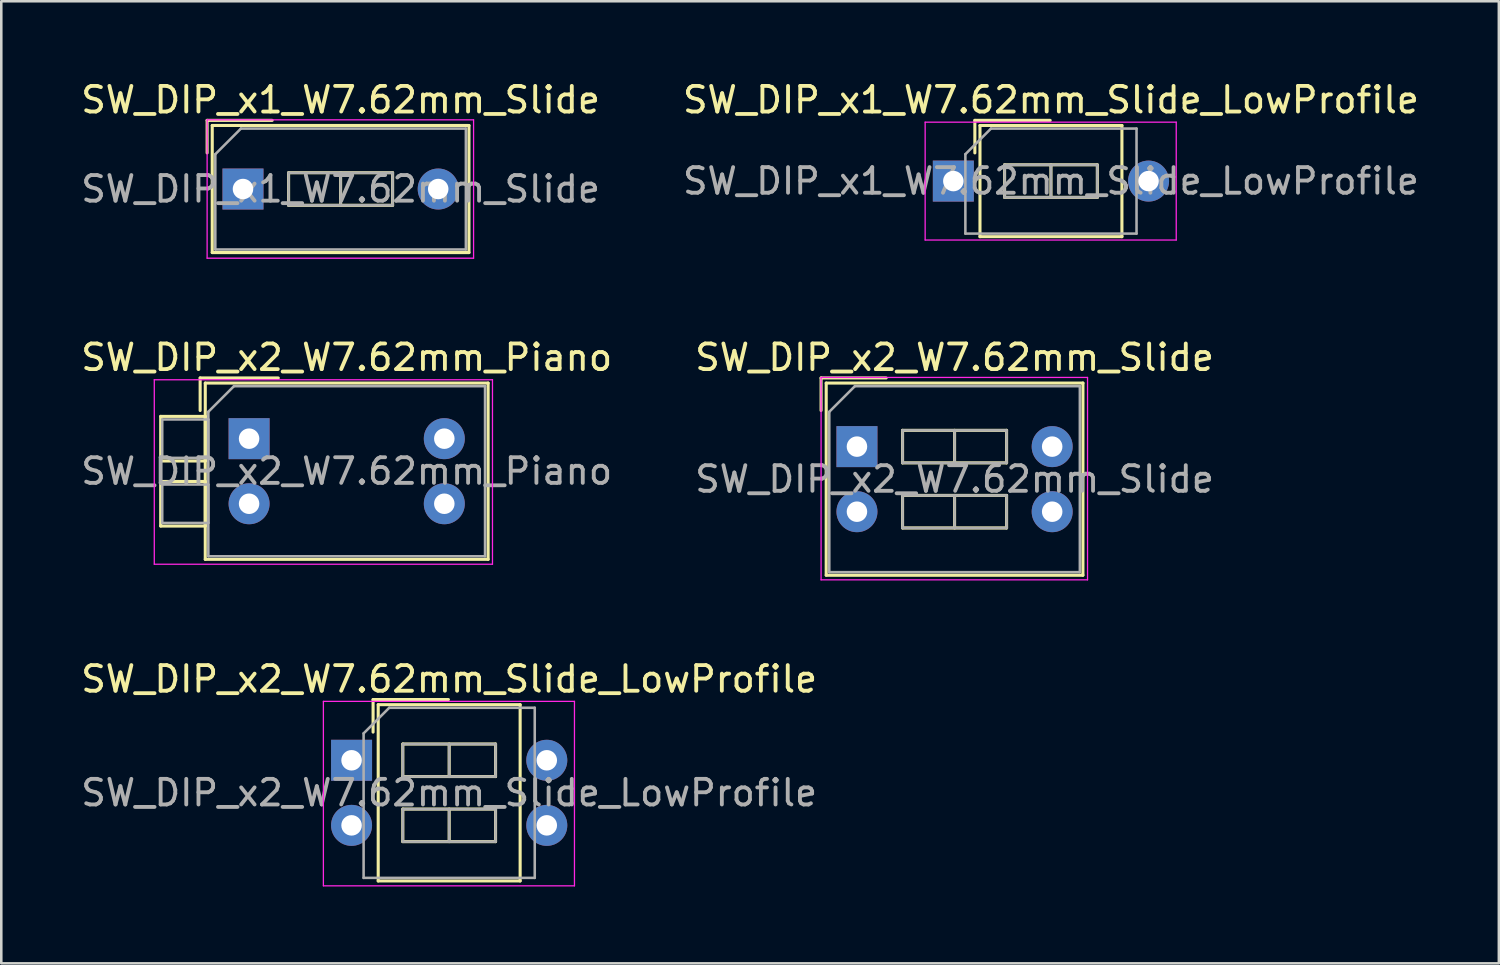
<source format=kicad_pcb>
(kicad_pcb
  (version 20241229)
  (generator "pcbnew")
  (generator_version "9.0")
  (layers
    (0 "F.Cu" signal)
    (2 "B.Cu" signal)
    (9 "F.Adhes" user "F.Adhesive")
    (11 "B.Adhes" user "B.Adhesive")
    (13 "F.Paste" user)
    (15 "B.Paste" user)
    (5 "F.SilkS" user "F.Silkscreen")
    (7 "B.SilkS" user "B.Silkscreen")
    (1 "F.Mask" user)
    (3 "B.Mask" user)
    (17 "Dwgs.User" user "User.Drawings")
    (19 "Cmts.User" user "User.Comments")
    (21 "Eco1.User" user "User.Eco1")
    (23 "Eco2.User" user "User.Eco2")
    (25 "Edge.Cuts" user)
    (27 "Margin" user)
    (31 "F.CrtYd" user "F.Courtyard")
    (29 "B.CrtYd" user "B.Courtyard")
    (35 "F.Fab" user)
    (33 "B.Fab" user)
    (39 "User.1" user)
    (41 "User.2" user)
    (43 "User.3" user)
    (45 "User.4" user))
  (footprint "SW_DIP_x2_W7.62mm_Slide_LowProfile"
    (layer "F.Cu")
    (at 10.672 26.625)
    (property "Reference" "SW_DIP_x2_W7.62mm_Slide_LowProfile" (at 3.81 -3.17 0) (layer "F.SilkS") (effects (font (size 1 1) (thickness 0.15))))
    (attr through_hole)
    (fp_line (start 0.84 -2.37) (end 0.84 -1.1) (stroke (width 0.12) (type solid)) (layer "F.SilkS"))
    (fp_line (start 0.84 -2.37) (end 3.78 -2.37) (stroke (width 0.12) (type solid)) (layer "F.SilkS"))
    (fp_line (start 1.04 -2.17) (end 6.58 -2.17) (stroke (width 0.12) (type solid)) (layer "F.SilkS"))
    (fp_line (start 1.04 4.71) (end 1.04 -2.17) (stroke (width 0.12) (type solid)) (layer "F.SilkS"))
    (fp_line (start 2 -0.635) (end 2 0.635) (stroke (width 0.12) (type solid)) (layer "F.SilkS"))
    (fp_line (start 2 0.635) (end 5.62 0.635) (stroke (width 0.12) (type solid)) (layer "F.SilkS"))
    (fp_line (start 2 1.905) (end 2 3.175) (stroke (width 0.12) (type solid)) (layer "F.SilkS"))
    (fp_line (start 2 3.175) (end 5.62 3.175) (stroke (width 0.12) (type solid)) (layer "F.SilkS"))
    (fp_line (start 3.81 -0.635) (end 3.81 0.635) (stroke (width 0.12) (type solid)) (layer "F.SilkS"))
    (fp_line (start 3.81 1.905) (end 3.81 3.175) (stroke (width 0.12) (type solid)) (layer "F.SilkS"))
    (fp_line (start 5.62 -0.635) (end 2 -0.635) (stroke (width 0.12) (type solid)) (layer "F.SilkS"))
    (fp_line (start 5.62 0.635) (end 5.62 -0.635) (stroke (width 0.12) (type solid)) (layer "F.SilkS"))
    (fp_line (start 5.62 1.905) (end 2 1.905) (stroke (width 0.12) (type solid)) (layer "F.SilkS"))
    (fp_line (start 5.62 3.175) (end 5.62 1.905) (stroke (width 0.12) (type solid)) (layer "F.SilkS"))
    (fp_line (start 6.58 -2.17) (end 6.58 4.71) (stroke (width 0.12) (type solid)) (layer "F.SilkS"))
    (fp_line (start 6.58 4.71) (end 1.04 4.71) (stroke (width 0.12) (type solid)) (layer "F.SilkS"))
    (fp_line (start -1.1 -2.3) (end -1.1 4.9) (stroke (width 0.05) (type solid)) (layer "F.CrtYd"))
    (fp_line (start -1.1 4.9) (end 8.7 4.9) (stroke (width 0.05) (type solid)) (layer "F.CrtYd"))
    (fp_line (start 8.7 -2.3) (end -1.1 -2.3) (stroke (width 0.05) (type solid)) (layer "F.CrtYd"))
    (fp_line (start 8.7 4.9) (end 8.7 -2.3) (stroke (width 0.05) (type solid)) (layer "F.CrtYd"))
    (fp_line (start 0.47 -1.05) (end 1.47 -2.05) (stroke (width 0.1) (type solid)) (layer "F.Fab"))
    (fp_line (start 0.47 4.59) (end 0.47 -1.05) (stroke (width 0.1) (type solid)) (layer "F.Fab"))
    (fp_line (start 1.47 -2.05) (end 7.15 -2.05) (stroke (width 0.1) (type solid)) (layer "F.Fab"))
    (fp_line (start 2 -0.635) (end 2 0.635) (stroke (width 0.1) (type solid)) (layer "F.Fab"))
    (fp_line (start 2 0.635) (end 5.62 0.635) (stroke (width 0.1) (type solid)) (layer "F.Fab"))
    (fp_line (start 2 1.905) (end 2 3.175) (stroke (width 0.1) (type solid)) (layer "F.Fab"))
    (fp_line (start 2 3.175) (end 5.62 3.175) (stroke (width 0.1) (type solid)) (layer "F.Fab"))
    (fp_line (start 3.81 -0.635) (end 3.81 0.635) (stroke (width 0.1) (type solid)) (layer "F.Fab"))
    (fp_line (start 3.81 1.905) (end 3.81 3.175) (stroke (width 0.1) (type solid)) (layer "F.Fab"))
    (fp_line (start 5.62 -0.635) (end 2 -0.635) (stroke (width 0.1) (type solid)) (layer "F.Fab"))
    (fp_line (start 5.62 0.635) (end 5.62 -0.635) (stroke (width 0.1) (type solid)) (layer "F.Fab"))
    (fp_line (start 5.62 1.905) (end 2 1.905) (stroke (width 0.1) (type solid)) (layer "F.Fab"))
    (fp_line (start 5.62 3.175) (end 5.62 1.905) (stroke (width 0.1) (type solid)) (layer "F.Fab"))
    (fp_line (start 7.15 -2.05) (end 7.15 4.59) (stroke (width 0.1) (type solid)) (layer "F.Fab"))
    (fp_line (start 7.15 4.59) (end 0.47 4.59) (stroke (width 0.1) (type solid)) (layer "F.Fab"))
    (fp_text user "${REFERENCE}" (at 3.81 1.27 0) (layer "F.Fab") (effects (font (size 1 1) (thickness 0.15))))
    (pad "1" thru_hole rect (at 0 0) (size 1.6 1.6) (drill 0.8) (layers "*.Cu" "*.Mask"))
    (pad "2" thru_hole oval (at 0 2.54) (size 1.6 1.6) (drill 0.8) (layers "*.Cu" "*.Mask"))
    (pad "3" thru_hole oval (at 7.62 2.54) (size 1.6 1.6) (drill 0.8) (layers "*.Cu" "*.Mask"))
    (pad "4" thru_hole oval (at 7.62 0) (size 1.6 1.6) (drill 0.8) (layers "*.Cu" "*.Mask")))
  (footprint "SW_DIP_x2_W7.62mm_Piano"
    (layer "F.Cu")
    (at 6.672 14.072)
    (property "Reference" "SW_DIP_x2_W7.62mm_Piano" (at 3.81 -3.17 0) (layer "F.SilkS") (effects (font (size 1 1) (thickness 0.15))))
    (attr through_hole)
    (fp_line (start -3.45 -0.87) (end -3.45 0.87) (stroke (width 0.12) (type solid)) (layer "F.SilkS"))
    (fp_line (start -3.45 0.87) (end -1.71 0.87) (stroke (width 0.12) (type solid)) (layer "F.SilkS"))
    (fp_line (start -3.45 1.67) (end -3.45 3.41) (stroke (width 0.12) (type solid)) (layer "F.SilkS"))
    (fp_line (start -3.45 3.41) (end -1.71 3.41) (stroke (width 0.12) (type solid)) (layer "F.SilkS"))
    (fp_line (start -1.91 -2.37) (end -1.91 -1.1) (stroke (width 0.12) (type solid)) (layer "F.SilkS"))
    (fp_line (start -1.91 -2.37) (end 1.14 -2.37) (stroke (width 0.12) (type solid)) (layer "F.SilkS"))
    (fp_line (start -1.71 -2.17) (end 9.33 -2.17) (stroke (width 0.12) (type solid)) (layer "F.SilkS"))
    (fp_line (start -1.71 -0.87) (end -3.45 -0.87) (stroke (width 0.12) (type solid)) (layer "F.SilkS"))
    (fp_line (start -1.71 0.87) (end -1.71 -0.87) (stroke (width 0.12) (type solid)) (layer "F.SilkS"))
    (fp_line (start -1.71 1.67) (end -3.45 1.67) (stroke (width 0.12) (type solid)) (layer "F.SilkS"))
    (fp_line (start -1.71 3.41) (end -1.71 1.67) (stroke (width 0.12) (type solid)) (layer "F.SilkS"))
    (fp_line (start -1.71 4.71) (end -1.71 -2.17) (stroke (width 0.12) (type solid)) (layer "F.SilkS"))
    (fp_line (start 9.33 -2.17) (end 9.33 4.71) (stroke (width 0.12) (type solid)) (layer "F.SilkS"))
    (fp_line (start 9.33 4.71) (end -1.71 4.71) (stroke (width 0.12) (type solid)) (layer "F.SilkS"))
    (fp_line (start -3.7 -2.3) (end -3.7 4.9) (stroke (width 0.05) (type solid)) (layer "F.CrtYd"))
    (fp_line (start -3.7 4.9) (end 9.5 4.9) (stroke (width 0.05) (type solid)) (layer "F.CrtYd"))
    (fp_line (start 9.5 -2.3) (end -3.7 -2.3) (stroke (width 0.05) (type solid)) (layer "F.CrtYd"))
    (fp_line (start 9.5 4.9) (end 9.5 -2.3) (stroke (width 0.05) (type solid)) (layer "F.CrtYd"))
    (fp_line (start -3.39 -0.75) (end -1.59 -0.75) (stroke (width 0.1) (type solid)) (layer "F.Fab"))
    (fp_line (start -3.39 0.75) (end -3.39 -0.75) (stroke (width 0.1) (type solid)) (layer "F.Fab"))
    (fp_line (start -3.39 1.79) (end -1.59 1.79) (stroke (width 0.1) (type solid)) (layer "F.Fab"))
    (fp_line (start -3.39 3.29) (end -3.39 1.79) (stroke (width 0.1) (type solid)) (layer "F.Fab"))
    (fp_line (start -1.59 -1.05) (end -0.59 -2.05) (stroke (width 0.1) (type solid)) (layer "F.Fab"))
    (fp_line (start -1.59 -0.75) (end -1.59 0.75) (stroke (width 0.1) (type solid)) (layer "F.Fab"))
    (fp_line (start -1.59 0.75) (end -3.39 0.75) (stroke (width 0.1) (type solid)) (layer "F.Fab"))
    (fp_line (start -1.59 1.79) (end -1.59 3.29) (stroke (width 0.1) (type solid)) (layer "F.Fab"))
    (fp_line (start -1.59 3.29) (end -3.39 3.29) (stroke (width 0.1) (type solid)) (layer "F.Fab"))
    (fp_line (start -1.59 4.59) (end -1.59 -1.05) (stroke (width 0.1) (type solid)) (layer "F.Fab"))
    (fp_line (start -0.59 -2.05) (end 9.21 -2.05) (stroke (width 0.1) (type solid)) (layer "F.Fab"))
    (fp_line (start 9.21 -2.05) (end 9.21 4.59) (stroke (width 0.1) (type solid)) (layer "F.Fab"))
    (fp_line (start 9.21 4.59) (end -1.59 4.59) (stroke (width 0.1) (type solid)) (layer "F.Fab"))
    (fp_text user "${REFERENCE}" (at 3.81 1.27 0) (layer "F.Fab") (effects (font (size 1 1) (thickness 0.15))))
    (pad "1" thru_hole rect (at 0 0) (size 1.6 1.6) (drill 0.8) (layers "*.Cu" "*.Mask"))
    (pad "2" thru_hole oval (at 0 2.54) (size 1.6 1.6) (drill 0.8) (layers "*.Cu" "*.Mask"))
    (pad "3" thru_hole oval (at 7.62 2.54) (size 1.6 1.6) (drill 0.8) (layers "*.Cu" "*.Mask"))
    (pad "4" thru_hole oval (at 7.62 0) (size 1.6 1.6) (drill 0.8) (layers "*.Cu" "*.Mask")))
  (footprint "SW_DIP_x2_W7.62mm_Slide"
    (layer "F.Cu")
    (at 30.398 14.382)
    (property "Reference" "SW_DIP_x2_W7.62mm_Slide" (at 3.81 -3.48 0) (layer "F.SilkS") (effects (font (size 1 1) (thickness 0.15))))
    (attr through_hole)
    (fp_line (start -1.4 -2.68) (end -1.4 -1.41) (stroke (width 0.12) (type solid)) (layer "F.SilkS"))
    (fp_line (start -1.4 -2.68) (end 1.14 -2.68) (stroke (width 0.12) (type solid)) (layer "F.SilkS"))
    (fp_line (start -1.2 -2.48) (end 8.82 -2.48) (stroke (width 0.12) (type solid)) (layer "F.SilkS"))
    (fp_line (start -1.2 5.02) (end -1.2 -2.48) (stroke (width 0.12) (type solid)) (layer "F.SilkS"))
    (fp_line (start 1.78 -0.635) (end 1.78 0.635) (stroke (width 0.12) (type solid)) (layer "F.SilkS"))
    (fp_line (start 1.78 0.635) (end 5.84 0.635) (stroke (width 0.12) (type solid)) (layer "F.SilkS"))
    (fp_line (start 1.78 1.905) (end 1.78 3.175) (stroke (width 0.12) (type solid)) (layer "F.SilkS"))
    (fp_line (start 1.78 3.175) (end 5.84 3.175) (stroke (width 0.12) (type solid)) (layer "F.SilkS"))
    (fp_line (start 3.81 -0.635) (end 3.81 0.635) (stroke (width 0.12) (type solid)) (layer "F.SilkS"))
    (fp_line (start 3.81 1.905) (end 3.81 3.175) (stroke (width 0.12) (type solid)) (layer "F.SilkS"))
    (fp_line (start 5.84 -0.635) (end 1.78 -0.635) (stroke (width 0.12) (type solid)) (layer "F.SilkS"))
    (fp_line (start 5.84 0.635) (end 5.84 -0.635) (stroke (width 0.12) (type solid)) (layer "F.SilkS"))
    (fp_line (start 5.84 1.905) (end 1.78 1.905) (stroke (width 0.12) (type solid)) (layer "F.SilkS"))
    (fp_line (start 5.84 3.175) (end 5.84 1.905) (stroke (width 0.12) (type solid)) (layer "F.SilkS"))
    (fp_line (start 8.82 -2.48) (end 8.82 5.02) (stroke (width 0.12) (type solid)) (layer "F.SilkS"))
    (fp_line (start 8.82 5.02) (end -1.2 5.02) (stroke (width 0.12) (type solid)) (layer "F.SilkS"))
    (fp_line (start -1.4 -2.7) (end -1.4 5.2) (stroke (width 0.05) (type solid)) (layer "F.CrtYd"))
    (fp_line (start -1.4 5.2) (end 9 5.2) (stroke (width 0.05) (type solid)) (layer "F.CrtYd"))
    (fp_line (start 9 -2.7) (end -1.4 -2.7) (stroke (width 0.05) (type solid)) (layer "F.CrtYd"))
    (fp_line (start 9 5.2) (end 9 -2.7) (stroke (width 0.05) (type solid)) (layer "F.CrtYd"))
    (fp_line (start -1.08 -1.36) (end -0.08 -2.36) (stroke (width 0.1) (type solid)) (layer "F.Fab"))
    (fp_line (start -1.08 4.9) (end -1.08 -1.36) (stroke (width 0.1) (type solid)) (layer "F.Fab"))
    (fp_line (start -0.08 -2.36) (end 8.7 -2.36) (stroke (width 0.1) (type solid)) (layer "F.Fab"))
    (fp_line (start 1.78 -0.635) (end 1.78 0.635) (stroke (width 0.1) (type solid)) (layer "F.Fab"))
    (fp_line (start 1.78 0.635) (end 5.84 0.635) (stroke (width 0.1) (type solid)) (layer "F.Fab"))
    (fp_line (start 1.78 1.905) (end 1.78 3.175) (stroke (width 0.1) (type solid)) (layer "F.Fab"))
    (fp_line (start 1.78 3.175) (end 5.84 3.175) (stroke (width 0.1) (type solid)) (layer "F.Fab"))
    (fp_line (start 3.81 -0.635) (end 3.81 0.635) (stroke (width 0.1) (type solid)) (layer "F.Fab"))
    (fp_line (start 3.81 1.905) (end 3.81 3.175) (stroke (width 0.1) (type solid)) (layer "F.Fab"))
    (fp_line (start 5.84 -0.635) (end 1.78 -0.635) (stroke (width 0.1) (type solid)) (layer "F.Fab"))
    (fp_line (start 5.84 0.635) (end 5.84 -0.635) (stroke (width 0.1) (type solid)) (layer "F.Fab"))
    (fp_line (start 5.84 1.905) (end 1.78 1.905) (stroke (width 0.1) (type solid)) (layer "F.Fab"))
    (fp_line (start 5.84 3.175) (end 5.84 1.905) (stroke (width 0.1) (type solid)) (layer "F.Fab"))
    (fp_line (start 8.7 -2.36) (end 8.7 4.9) (stroke (width 0.1) (type solid)) (layer "F.Fab"))
    (fp_line (start 8.7 4.9) (end -1.08 4.9) (stroke (width 0.1) (type solid)) (layer "F.Fab"))
    (fp_text user "${REFERENCE}" (at 3.81 1.27 0) (layer "F.Fab") (effects (font (size 1 1) (thickness 0.15))))
    (pad "1" thru_hole rect (at 0 0) (size 1.6 1.6) (drill 0.8) (layers "*.Cu" "*.Mask"))
    (pad "2" thru_hole oval (at 0 2.54) (size 1.6 1.6) (drill 0.8) (layers "*.Cu" "*.Mask"))
    (pad "3" thru_hole oval (at 7.62 2.54) (size 1.6 1.6) (drill 0.8) (layers "*.Cu" "*.Mask"))
    (pad "4" thru_hole oval (at 7.62 0) (size 1.6 1.6) (drill 0.8) (layers "*.Cu" "*.Mask")))
  (footprint "SW_DIP_x1_W7.62mm_Slide_LowProfile"
    (layer "F.Cu")
    (at 34.16 4.018)
    (property "Reference" "SW_DIP_x1_W7.62mm_Slide_LowProfile" (at 3.81 -3.17 0) (layer "F.SilkS") (effects (font (size 1 1) (thickness 0.15))))
    (attr through_hole)
    (fp_line (start 0.84 -2.37) (end 0.84 -1.1) (stroke (width 0.12) (type solid)) (layer "F.SilkS"))
    (fp_line (start 0.84 -2.37) (end 3.78 -2.37) (stroke (width 0.12) (type solid)) (layer "F.SilkS"))
    (fp_line (start 1.04 -2.17) (end 6.58 -2.17) (stroke (width 0.12) (type solid)) (layer "F.SilkS"))
    (fp_line (start 1.04 2.17) (end 1.04 -2.17) (stroke (width 0.12) (type solid)) (layer "F.SilkS"))
    (fp_line (start 2 -0.635) (end 2 0.635) (stroke (width 0.12) (type solid)) (layer "F.SilkS"))
    (fp_line (start 2 0.635) (end 5.62 0.635) (stroke (width 0.12) (type solid)) (layer "F.SilkS"))
    (fp_line (start 3.81 -0.635) (end 3.81 0.635) (stroke (width 0.12) (type solid)) (layer "F.SilkS"))
    (fp_line (start 5.62 -0.635) (end 2 -0.635) (stroke (width 0.12) (type solid)) (layer "F.SilkS"))
    (fp_line (start 5.62 0.635) (end 5.62 -0.635) (stroke (width 0.12) (type solid)) (layer "F.SilkS"))
    (fp_line (start 6.58 -2.17) (end 6.58 2.17) (stroke (width 0.12) (type solid)) (layer "F.SilkS"))
    (fp_line (start 6.58 2.17) (end 1.04 2.17) (stroke (width 0.12) (type solid)) (layer "F.SilkS"))
    (fp_line (start -1.1 -2.3) (end -1.1 2.3) (stroke (width 0.05) (type solid)) (layer "F.CrtYd"))
    (fp_line (start -1.1 2.3) (end 8.7 2.3) (stroke (width 0.05) (type solid)) (layer "F.CrtYd"))
    (fp_line (start 8.7 -2.3) (end -1.1 -2.3) (stroke (width 0.05) (type solid)) (layer "F.CrtYd"))
    (fp_line (start 8.7 2.3) (end 8.7 -2.3) (stroke (width 0.05) (type solid)) (layer "F.CrtYd"))
    (fp_line (start 0.47 -1.05) (end 1.47 -2.05) (stroke (width 0.1) (type solid)) (layer "F.Fab"))
    (fp_line (start 0.47 2.05) (end 0.47 -1.05) (stroke (width 0.1) (type solid)) (layer "F.Fab"))
    (fp_line (start 1.47 -2.05) (end 7.15 -2.05) (stroke (width 0.1) (type solid)) (layer "F.Fab"))
    (fp_line (start 2 -0.635) (end 2 0.635) (stroke (width 0.1) (type solid)) (layer "F.Fab"))
    (fp_line (start 2 0.635) (end 5.62 0.635) (stroke (width 0.1) (type solid)) (layer "F.Fab"))
    (fp_line (start 3.81 -0.635) (end 3.81 0.635) (stroke (width 0.1) (type solid)) (layer "F.Fab"))
    (fp_line (start 5.62 -0.635) (end 2 -0.635) (stroke (width 0.1) (type solid)) (layer "F.Fab"))
    (fp_line (start 5.62 0.635) (end 5.62 -0.635) (stroke (width 0.1) (type solid)) (layer "F.Fab"))
    (fp_line (start 7.15 -2.05) (end 7.15 2.05) (stroke (width 0.1) (type solid)) (layer "F.Fab"))
    (fp_line (start 7.15 2.05) (end 0.47 2.05) (stroke (width 0.1) (type solid)) (layer "F.Fab"))
    (fp_text user "${REFERENCE}" (at 3.81 0 0) (layer "F.Fab") (effects (font (size 1 1) (thickness 0.15))))
    (pad "1" thru_hole rect (at 0 0) (size 1.6 1.6) (drill 0.8) (layers "*.Cu" "*.Mask"))
    (pad "2" thru_hole oval (at 7.62 0) (size 1.6 1.6) (drill 0.8) (layers "*.Cu" "*.Mask")))
  (footprint "SW_DIP_x1_W7.62mm_Slide"
    (layer "F.Cu")
    (at 6.434 4.328)
    (property "Reference" "SW_DIP_x1_W7.62mm_Slide" (at 3.81 -3.48 0) (layer "F.SilkS") (effects (font (size 1 1) (thickness 0.15))))
    (attr through_hole)
    (fp_line (start -1.4 -2.68) (end -1.4 -1.41) (stroke (width 0.12) (type solid)) (layer "F.SilkS"))
    (fp_line (start -1.4 -2.68) (end 1.14 -2.68) (stroke (width 0.12) (type solid)) (layer "F.SilkS"))
    (fp_line (start -1.2 -2.48) (end 8.82 -2.48) (stroke (width 0.12) (type solid)) (layer "F.SilkS"))
    (fp_line (start -1.2 2.48) (end -1.2 -2.48) (stroke (width 0.12) (type solid)) (layer "F.SilkS"))
    (fp_line (start 1.78 -0.635) (end 1.78 0.635) (stroke (width 0.12) (type solid)) (layer "F.SilkS"))
    (fp_line (start 1.78 0.635) (end 5.84 0.635) (stroke (width 0.12) (type solid)) (layer "F.SilkS"))
    (fp_line (start 3.81 -0.635) (end 3.81 0.635) (stroke (width 0.12) (type solid)) (layer "F.SilkS"))
    (fp_line (start 5.84 -0.635) (end 1.78 -0.635) (stroke (width 0.12) (type solid)) (layer "F.SilkS"))
    (fp_line (start 5.84 0.635) (end 5.84 -0.635) (stroke (width 0.12) (type solid)) (layer "F.SilkS"))
    (fp_line (start 8.82 -2.48) (end 8.82 2.48) (stroke (width 0.12) (type solid)) (layer "F.SilkS"))
    (fp_line (start 8.82 2.48) (end -1.2 2.48) (stroke (width 0.12) (type solid)) (layer "F.SilkS"))
    (fp_line (start -1.4 -2.7) (end -1.4 2.7) (stroke (width 0.05) (type solid)) (layer "F.CrtYd"))
    (fp_line (start -1.4 2.7) (end 9 2.7) (stroke (width 0.05) (type solid)) (layer "F.CrtYd"))
    (fp_line (start 9 -2.7) (end -1.4 -2.7) (stroke (width 0.05) (type solid)) (layer "F.CrtYd"))
    (fp_line (start 9 2.7) (end 9 -2.7) (stroke (width 0.05) (type solid)) (layer "F.CrtYd"))
    (fp_line (start -1.08 -1.36) (end -0.08 -2.36) (stroke (width 0.1) (type solid)) (layer "F.Fab"))
    (fp_line (start -1.08 2.36) (end -1.08 -1.36) (stroke (width 0.1) (type solid)) (layer "F.Fab"))
    (fp_line (start -0.08 -2.36) (end 8.7 -2.36) (stroke (width 0.1) (type solid)) (layer "F.Fab"))
    (fp_line (start 1.78 -0.635) (end 1.78 0.635) (stroke (width 0.1) (type solid)) (layer "F.Fab"))
    (fp_line (start 1.78 0.635) (end 5.84 0.635) (stroke (width 0.1) (type solid)) (layer "F.Fab"))
    (fp_line (start 3.81 -0.635) (end 3.81 0.635) (stroke (width 0.1) (type solid)) (layer "F.Fab"))
    (fp_line (start 5.84 -0.635) (end 1.78 -0.635) (stroke (width 0.1) (type solid)) (layer "F.Fab"))
    (fp_line (start 5.84 0.635) (end 5.84 -0.635) (stroke (width 0.1) (type solid)) (layer "F.Fab"))
    (fp_line (start 8.7 -2.36) (end 8.7 2.36) (stroke (width 0.1) (type solid)) (layer "F.Fab"))
    (fp_line (start 8.7 2.36) (end -1.08 2.36) (stroke (width 0.1) (type solid)) (layer "F.Fab"))
    (fp_text user "${REFERENCE}" (at 3.81 0 0) (layer "F.Fab") (effects (font (size 1 1) (thickness 0.15))))
    (pad "1" thru_hole rect (at 0 0) (size 1.6 1.6) (drill 0.8) (layers "*.Cu" "*.Mask"))
    (pad "2" thru_hole oval (at 7.62 0) (size 1.6 1.6) (drill 0.8) (layers "*.Cu" "*.Mask")))
  (gr_rect
    (start -3 -3)
    (end 55.452 34.55)
    (stroke (width 0.1) (type default))
    (fill no)
    (layer "Edge.Cuts")))
</source>
